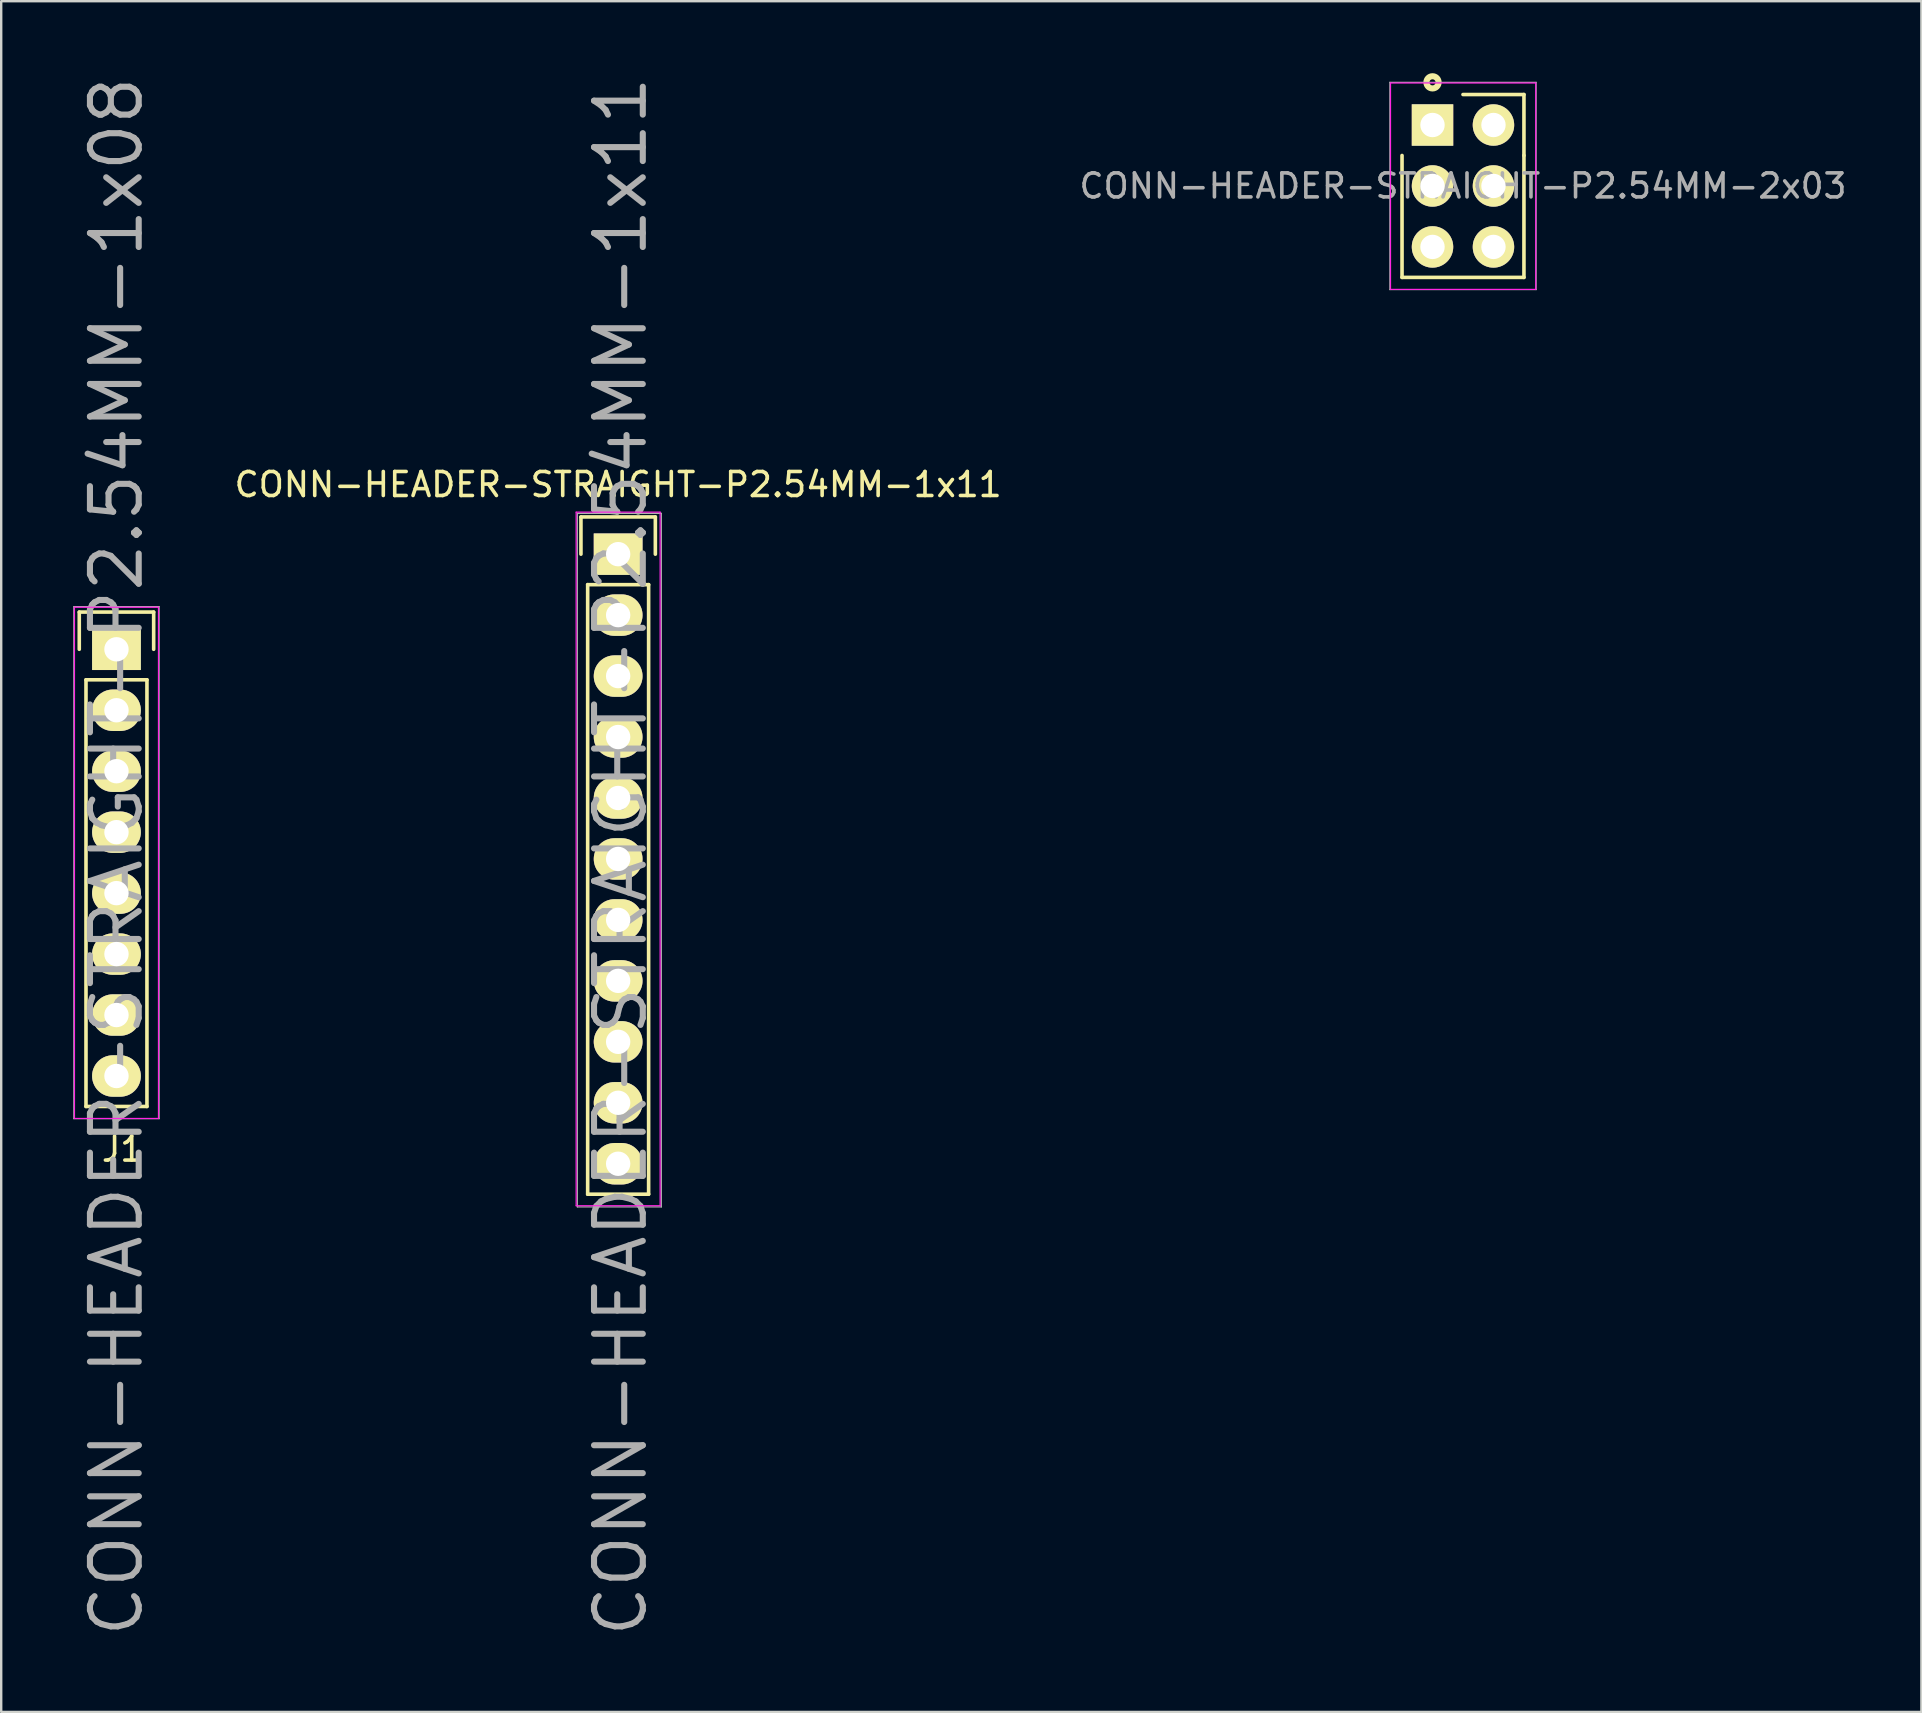
<source format=kicad_pcb>
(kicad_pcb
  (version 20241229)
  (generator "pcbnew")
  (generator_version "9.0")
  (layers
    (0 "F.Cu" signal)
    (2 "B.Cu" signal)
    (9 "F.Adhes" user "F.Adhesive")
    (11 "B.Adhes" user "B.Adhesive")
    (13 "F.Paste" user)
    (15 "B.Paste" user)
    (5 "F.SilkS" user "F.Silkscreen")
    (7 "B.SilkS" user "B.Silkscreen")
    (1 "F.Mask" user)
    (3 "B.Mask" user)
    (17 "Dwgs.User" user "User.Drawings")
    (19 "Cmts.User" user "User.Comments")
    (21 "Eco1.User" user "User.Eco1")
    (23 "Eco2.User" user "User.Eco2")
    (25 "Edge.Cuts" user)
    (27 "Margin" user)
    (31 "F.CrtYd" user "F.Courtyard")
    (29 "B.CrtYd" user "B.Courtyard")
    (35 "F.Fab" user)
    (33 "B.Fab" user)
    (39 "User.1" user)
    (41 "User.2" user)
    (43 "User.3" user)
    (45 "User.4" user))
  (footprint "CONN-HEADER-STRAIGHT-P2.54MM-1x08"
    (layer "F.Cu")
    (at 1.803 24.005)
    (property "Reference" "CONN-HEADER-STRAIGHT-P2.54MM-1x08" (at 0 8.636 90) (layer "F.Fab") (effects (font (size 2.032 2.032) (thickness 0.254))))
    (attr through_hole)
    (fp_line (start -1.55 -1.55) (end 1.55 -1.55) (stroke (width 0.15) (type solid)) (layer "F.SilkS"))
    (fp_line (start -1.55 0) (end -1.55 -1.55) (stroke (width 0.15) (type solid)) (layer "F.SilkS"))
    (fp_line (start -1.27 19.05) (end -1.27 1.27) (stroke (width 0.15) (type solid)) (layer "F.SilkS"))
    (fp_line (start 1.27 1.27) (end -1.27 1.27) (stroke (width 0.15) (type solid)) (layer "F.SilkS"))
    (fp_line (start 1.27 1.27) (end 1.27 19.05) (stroke (width 0.15) (type solid)) (layer "F.SilkS"))
    (fp_line (start 1.27 19.05) (end -1.27 19.05) (stroke (width 0.15) (type solid)) (layer "F.SilkS"))
    (fp_line (start 1.55 -1.55) (end 1.55 0) (stroke (width 0.15) (type solid)) (layer "F.SilkS"))
    (fp_line (start -1.75 -1.75) (end -1.75 19.55) (stroke (width 0.05) (type solid)) (layer "F.CrtYd"))
    (fp_line (start -1.75 -1.75) (end 1.75 -1.75) (stroke (width 0.05) (type solid)) (layer "F.CrtYd"))
    (fp_line (start -1.75 19.55) (end 1.75 19.55) (stroke (width 0.05) (type solid)) (layer "F.CrtYd"))
    (fp_line (start 1.75 -1.75) (end 1.75 19.55) (stroke (width 0.05) (type solid)) (layer "F.CrtYd"))
    (fp_line (start -1.778 -1.778) (end 1.778 -1.778) (stroke (width 0.05) (type solid)) (layer "F.Fab"))
    (fp_line (start -1.778 19.558) (end -1.778 -1.778) (stroke (width 0.05) (type solid)) (layer "F.Fab"))
    (fp_line (start 1.778 -1.778) (end 1.778 19.558) (stroke (width 0.05) (type solid)) (layer "F.Fab"))
    (fp_line (start 1.778 19.558) (end -1.778 19.558) (stroke (width 0.05) (type solid)) (layer "F.Fab"))
    (fp_text user "J1" (at 0.254 20.828 0) (layer "F.SilkS") (effects (font (size 1 1) (thickness 0.15))))
    (pad "1" thru_hole rect (at 0 0) (size 2.032 1.727) (drill 1.016) (layers "*.Cu" "*.Mask" "F.SilkS"))
    (pad "2" thru_hole oval (at 0 2.54) (size 2.032 1.727) (drill 1.016) (layers "*.Cu" "*.Mask" "F.SilkS"))
    (pad "3" thru_hole oval (at 0 5.08) (size 2.032 1.727) (drill 1.016) (layers "*.Cu" "*.Mask" "F.SilkS"))
    (pad "4" thru_hole oval (at 0 7.62) (size 2.032 1.727) (drill 1.016) (layers "*.Cu" "*.Mask" "F.SilkS"))
    (pad "5" thru_hole oval (at 0 10.16) (size 2.032 1.727) (drill 1.016) (layers "*.Cu" "*.Mask" "F.SilkS"))
    (pad "6" thru_hole oval (at 0 12.7) (size 2.032 1.727) (drill 1.016) (layers "*.Cu" "*.Mask" "F.SilkS"))
    (pad "7" thru_hole oval (at 0 15.24) (size 2.032 1.727) (drill 1.016) (layers "*.Cu" "*.Mask" "F.SilkS"))
    (pad "8" thru_hole oval (at 0 17.78) (size 2.032 1.727) (drill 1.016) (layers "*.Cu" "*.Mask" "F.SilkS")))
  (footprint "CONN-HEADER-STRAIGHT-P2.54MM-2x03"
    (layer "F.Cu")
    (at 56.64 2.159)
    (property "Reference" "CONN-HEADER-STRAIGHT-P2.54MM-2x03" (at 1.27 2.54 0) (layer "F.Fab") (effects (font (size 1 1) (thickness 0.15))))
    (attr through_hole)
    (fp_line (start -1.27 1.27) (end -1.27 6.35) (stroke (width 0.15) (type solid)) (layer "F.SilkS"))
    (fp_line (start -1.27 6.35) (end 3.81 6.35) (stroke (width 0.15) (type solid)) (layer "F.SilkS"))
    (fp_line (start 3.81 -1.27) (end 1.27 -1.27) (stroke (width 0.15) (type solid)) (layer "F.SilkS"))
    (fp_line (start 3.81 1.27) (end 3.81 -1.27) (stroke (width 0.15) (type solid)) (layer "F.SilkS"))
    (fp_line (start 3.81 6.35) (end 3.81 1.27) (stroke (width 0.15) (type solid)) (layer "F.SilkS"))
    (fp_circle (center 0 -1.778) (end 0.254 -1.778) (stroke (width 0.254) (type solid)) (fill no) (layer "F.SilkS"))
    (fp_line (start -1.75 -1.75) (end -1.75 6.85) (stroke (width 0.05) (type solid)) (layer "F.CrtYd"))
    (fp_line (start -1.75 -1.75) (end 4.3 -1.75) (stroke (width 0.05) (type solid)) (layer "F.CrtYd"))
    (fp_line (start -1.75 6.85) (end 4.3 6.85) (stroke (width 0.05) (type solid)) (layer "F.CrtYd"))
    (fp_line (start 4.3 -1.75) (end 4.3 6.85) (stroke (width 0.05) (type solid)) (layer "F.CrtYd"))
    (fp_line (start -1.778 -1.778) (end -1.778 6.858) (stroke (width 0.05) (type solid)) (layer "F.Fab"))
    (fp_line (start -1.778 6.858) (end 4.318 6.858) (stroke (width 0.05) (type solid)) (layer "F.Fab"))
    (fp_line (start 4.318 -1.778) (end -1.778 -1.778) (stroke (width 0.05) (type solid)) (layer "F.Fab"))
    (fp_line (start 4.318 6.858) (end 4.318 -1.778) (stroke (width 0.05) (type solid)) (layer "F.Fab"))
    (fp_circle (center 0 0) (end 0 0.254) (stroke (width 0.2) (type solid)) (fill no) (layer "F.Fab"))
    (pad "1" thru_hole rect (at 0 0) (size 1.727 1.727) (drill 1.016) (layers "*.Cu" "*.Mask" "F.SilkS"))
    (pad "2" thru_hole oval (at 2.54 0) (size 1.727 1.727) (drill 1.016) (layers "*.Cu" "*.Mask" "F.SilkS"))
    (pad "3" thru_hole oval (at 0 2.54) (size 1.727 1.727) (drill 1.016) (layers "*.Cu" "*.Mask" "F.SilkS"))
    (pad "4" thru_hole oval (at 2.54 2.54) (size 1.727 1.727) (drill 1.016) (layers "*.Cu" "*.Mask" "F.SilkS"))
    (pad "5" thru_hole oval (at 0 5.08) (size 1.727 1.727) (drill 1.016) (layers "*.Cu" "*.Mask" "F.SilkS"))
    (pad "6" thru_hole oval (at 2.54 5.08) (size 1.727 1.727) (drill 1.016) (layers "*.Cu" "*.Mask" "F.SilkS")))
  (footprint "CONN-HEADER-STRAIGHT-P2.54MM-1x11"
    (layer "F.Cu")
    (at 22.707 20.041)
    (property "Reference" "CONN-HEADER-STRAIGHT-P2.54MM-1x11" (at 0.1 12.6 90) (layer "F.Fab") (effects (font (size 2.032 2.032) (thickness 0.254))))
    (attr through_hole)
    (fp_line (start -1.55 -1.55) (end 1.55 -1.55) (stroke (width 0.15) (type solid)) (layer "F.SilkS"))
    (fp_line (start -1.55 0) (end -1.55 -1.55) (stroke (width 0.15) (type solid)) (layer "F.SilkS"))
    (fp_line (start -1.27 26.67) (end -1.27 1.27) (stroke (width 0.15) (type solid)) (layer "F.SilkS"))
    (fp_line (start 1.27 1.27) (end -1.27 1.27) (stroke (width 0.15) (type solid)) (layer "F.SilkS"))
    (fp_line (start 1.27 1.27) (end 1.27 26.67) (stroke (width 0.15) (type solid)) (layer "F.SilkS"))
    (fp_line (start 1.27 26.67) (end -1.27 26.67) (stroke (width 0.15) (type solid)) (layer "F.SilkS"))
    (fp_line (start 1.55 -1.55) (end 1.55 0) (stroke (width 0.15) (type solid)) (layer "F.SilkS"))
    (fp_line (start -1.75 -1.75) (end -1.75 27.15) (stroke (width 0.05) (type solid)) (layer "F.CrtYd"))
    (fp_line (start -1.75 -1.75) (end 1.75 -1.75) (stroke (width 0.05) (type solid)) (layer "F.CrtYd"))
    (fp_line (start -1.75 27.15) (end 1.75 27.15) (stroke (width 0.05) (type solid)) (layer "F.CrtYd"))
    (fp_line (start 1.75 -1.75) (end 1.75 27.15) (stroke (width 0.05) (type solid)) (layer "F.CrtYd"))
    (fp_line (start -1.7 -1.7) (end 1.8 -1.7) (stroke (width 0.051) (type solid)) (layer "F.Fab"))
    (fp_line (start -1.7 27.2) (end -1.7 -1.7) (stroke (width 0.051) (type solid)) (layer "F.Fab"))
    (fp_line (start 1.8 -1.7) (end 1.8 27.2) (stroke (width 0.051) (type solid)) (layer "F.Fab"))
    (fp_line (start 1.8 27.2) (end -1.7 27.2) (stroke (width 0.051) (type solid)) (layer "F.Fab"))
    (fp_text user "${REFERENCE}" (at 0 -2.9 0) (layer "F.SilkS") (effects (font (size 1 1) (thickness 0.15))))
    (pad "1" thru_hole rect (at 0 0) (size 2.032 1.727) (drill 1.016) (layers "*.Cu" "*.Mask" "F.SilkS"))
    (pad "2" thru_hole oval (at 0 2.54) (size 2.032 1.727) (drill 1.016) (layers "*.Cu" "*.Mask" "F.SilkS"))
    (pad "3" thru_hole oval (at 0 5.08) (size 2.032 1.727) (drill 1.016) (layers "*.Cu" "*.Mask" "F.SilkS"))
    (pad "4" thru_hole oval (at 0 7.62) (size 2.032 1.727) (drill 1.016) (layers "*.Cu" "*.Mask" "F.SilkS"))
    (pad "5" thru_hole oval (at 0 10.16) (size 2.032 1.727) (drill 1.016) (layers "*.Cu" "*.Mask" "F.SilkS"))
    (pad "6" thru_hole oval (at 0 12.7) (size 2.032 1.727) (drill 1.016) (layers "*.Cu" "*.Mask" "F.SilkS"))
    (pad "7" thru_hole oval (at 0 15.24) (size 2.032 1.727) (drill 1.016) (layers "*.Cu" "*.Mask" "F.SilkS"))
    (pad "8" thru_hole oval (at 0 17.78) (size 2.032 1.727) (drill 1.016) (layers "*.Cu" "*.Mask" "F.SilkS"))
    (pad "9" thru_hole oval (at 0 20.32) (size 2.032 1.727) (drill 1.016) (layers "*.Cu" "*.Mask" "F.SilkS"))
    (pad "10" thru_hole oval (at 0 22.86) (size 2.032 1.727) (drill 1.016) (layers "*.Cu" "*.Mask" "F.SilkS"))
    (pad "11" thru_hole oval (at 0 25.4) (size 2.032 1.727) (drill 1.016) (layers "*.Cu" "*.Mask" "F.SilkS")))
  (gr_rect
    (start -3 -3)
    (end 77.011 68.283)
    (stroke (width 0.1) (type default))
    (fill no)
    (layer "Edge.Cuts")))
</source>
